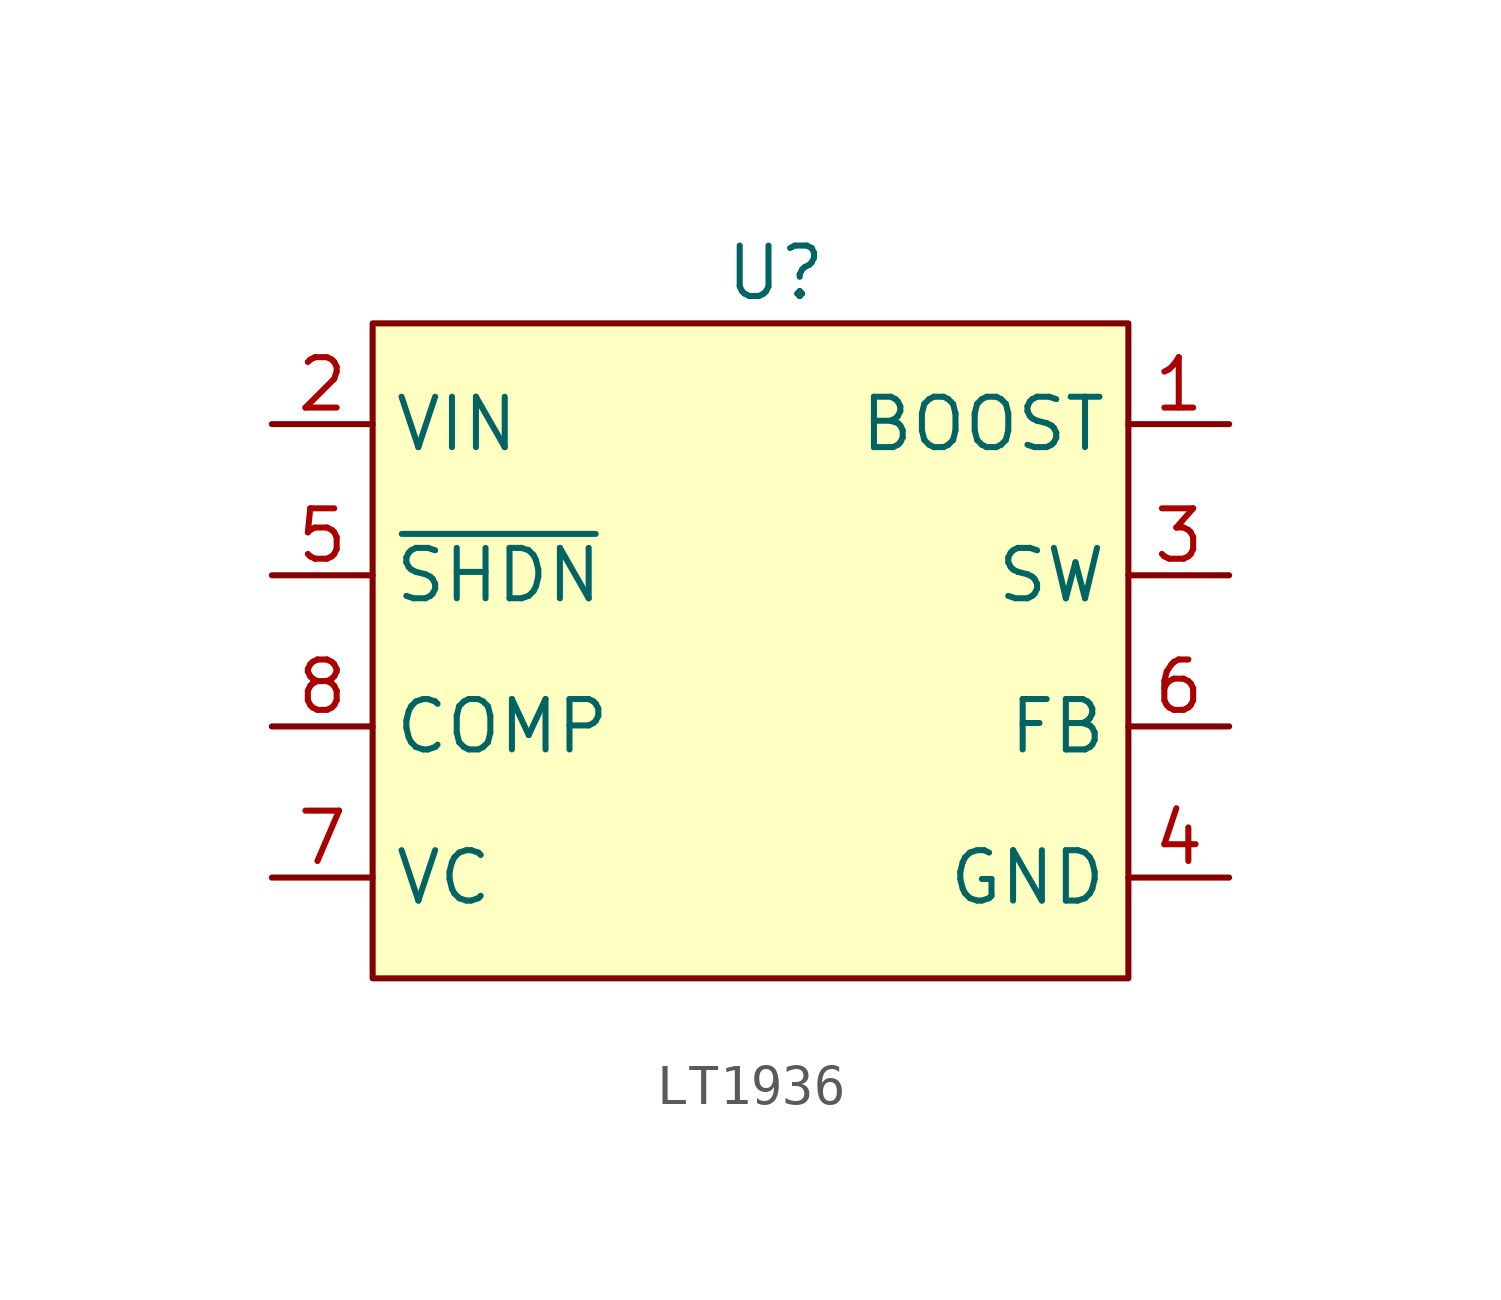
<source format=kicad_sym>
(kicad_symbol_lib
  (version 20241209)
  (generator "kicad_symbol_editor")
  (generator_version "9.0")
  (symbol "LT1936"
    (property "Reference" "U"
      (at 0 0 0)
      (effects (font (size 1.27 1.27))))
    (property "Value" ""
      (at 0 0 0)
      (effects (font (size 1.27 1.27))))
    (symbol "LT1936_1_1"
      (rectangle (start -10.16 -1.27) (end 8.89 -17.78) (stroke (width 0) (type solid)) (fill (type color) (color 255 255 194 1)))
      (pin input line (at -12.7 -3.81 0) (length 2.54) (name "VIN" (effects (font (size 1.27 1.27)))) (number "2" (effects (font (size 1.27 1.27)))))
      (pin input line (at -12.7 -7.62 0) (length 2.54) (name "~{SHDN}" (effects (font (size 1.27 1.27)))) (number "5" (effects (font (size 1.27 1.27)))))
      (pin input line (at -12.7 -11.43 0) (length 2.54) (name "COMP" (effects (font (size 1.27 1.27)))) (number "8" (effects (font (size 1.27 1.27)))))
      (pin input line (at -12.7 -15.24 0) (length 2.54) (name "VC" (effects (font (size 1.27 1.27)))) (number "7" (effects (font (size 1.27 1.27)))))
      (pin input line (at 11.43 -3.81 180) (length 2.54) (name "BOOST" (effects (font (size 1.27 1.27)))) (number "1" (effects (font (size 1.27 1.27)))))
      (pin input line (at 11.43 -7.62 180) (length 2.54) (name "SW" (effects (font (size 1.27 1.27)))) (number "3" (effects (font (size 1.27 1.27)))))
      (pin input line (at 11.43 -11.43 180) (length 2.54) (name "FB" (effects (font (size 1.27 1.27)))) (number "6" (effects (font (size 1.27 1.27)))))
      (pin input line (at 11.43 -15.24 180) (length 2.54) (name "GND" (effects (font (size 1.27 1.27)))) (number "4" (effects (font (size 1.27 1.27))))))))
</source>
